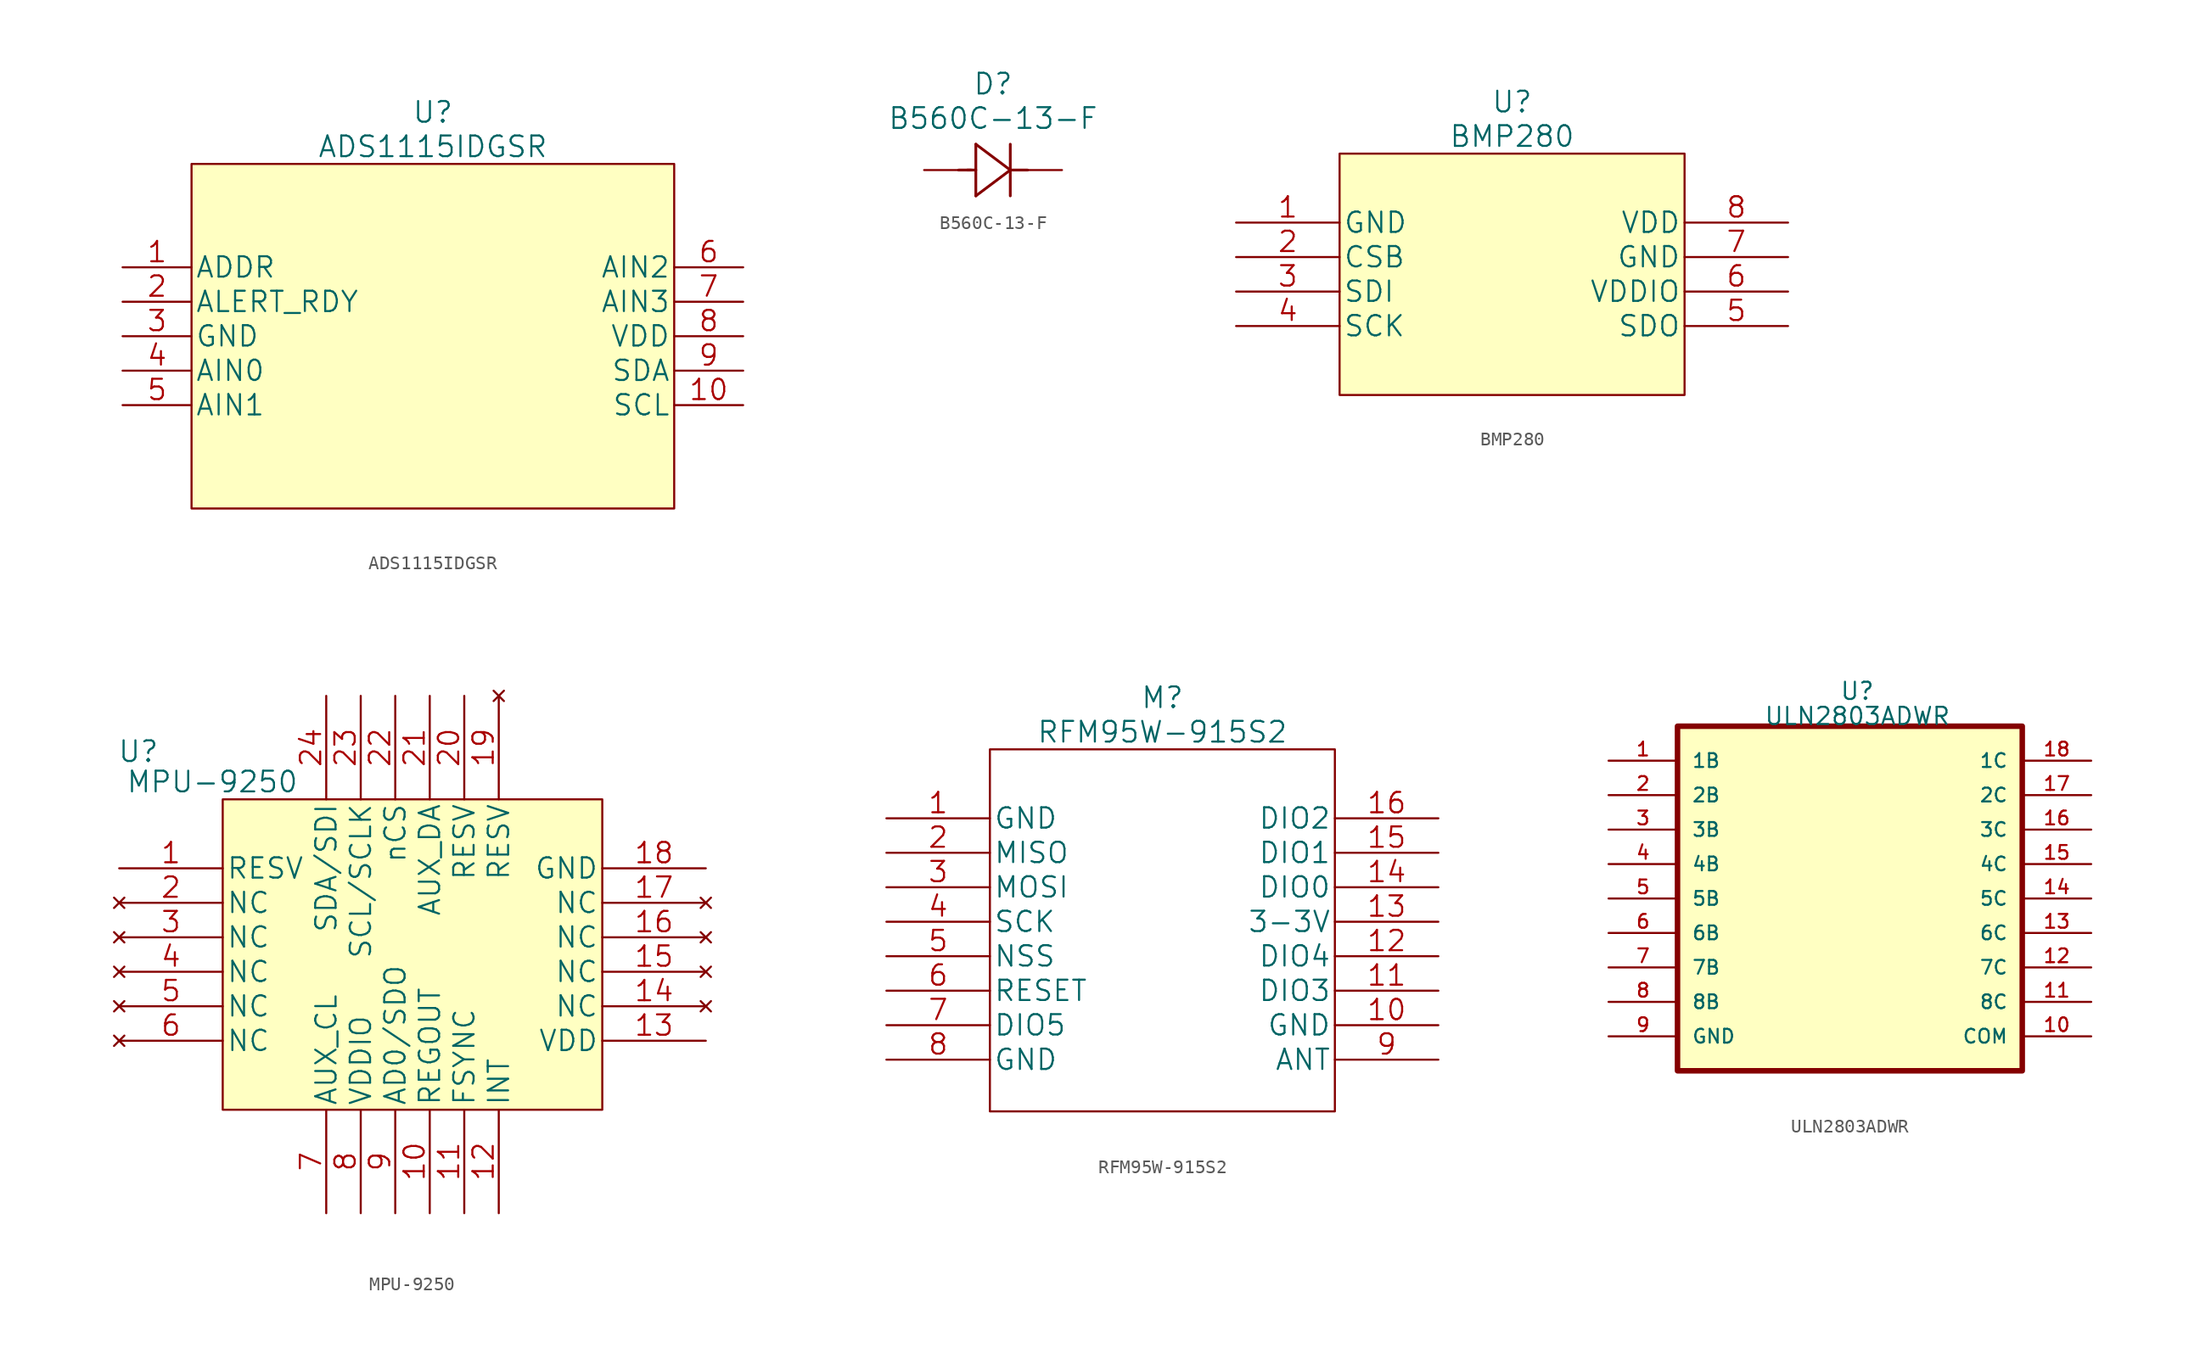
<source format=kicad_sym>
(kicad_symbol_lib
  (version 20211014)
  (generator kicad_symbol_editor)
  (symbol "ADS1115IDGSR"
    (pin_names
      (offset 0.254))
    (property "Reference" "U"
      (at 0 16.51 0)
      (effects (font (size 1.524 1.524))))
    (property "Value" "ADS1115IDGSR"
      (at 0 13.97 0)
      (effects (font (size 1.524 1.524))))
    (symbol "ADS1115IDGSR_0_1"
      (rectangle (start -17.78 12.7) (end 17.78 -12.7) (stroke (width 0) (type default) (color 0 0 0 0)) (fill (type background))))
    (symbol "ADS1115IDGSR_1_1"
      (pin input line (at -22.86 5.08 0) (length 5.08) (name "ADDR" (effects (font (size 1.499 1.499)))) (number "1" (effects (font (size 1.499 1.499)))))
      (pin input line (at 22.86 -5.08 180) (length 5.08) (name "SCL" (effects (font (size 1.499 1.499)))) (number "10" (effects (font (size 1.499 1.499)))))
      (pin output line (at -22.86 2.54 0) (length 5.08) (name "ALERT_RDY" (effects (font (size 1.499 1.499)))) (number "2" (effects (font (size 1.499 1.499)))))
      (pin power_in line (at -22.86 0 0) (length 5.08) (name "GND" (effects (font (size 1.499 1.499)))) (number "3" (effects (font (size 1.499 1.499)))))
      (pin input line (at -22.86 -2.54 0) (length 5.08) (name "AIN0" (effects (font (size 1.499 1.499)))) (number "4" (effects (font (size 1.499 1.499)))))
      (pin input line (at -22.86 -5.08 0) (length 5.08) (name "AIN1" (effects (font (size 1.499 1.499)))) (number "5" (effects (font (size 1.499 1.499)))))
      (pin input line (at 22.86 5.08 180) (length 5.08) (name "AIN2" (effects (font (size 1.499 1.499)))) (number "6" (effects (font (size 1.499 1.499)))))
      (pin input line (at 22.86 2.54 180) (length 5.08) (name "AIN3" (effects (font (size 1.499 1.499)))) (number "7" (effects (font (size 1.499 1.499)))))
      (pin power_in line (at 22.86 0 180) (length 5.08) (name "VDD" (effects (font (size 1.499 1.499)))) (number "8" (effects (font (size 1.499 1.499)))))
      (pin bidirectional line (at 22.86 -2.54 180) (length 5.08) (name "SDA" (effects (font (size 1.499 1.499)))) (number "9" (effects (font (size 1.499 1.499)))))))
  (symbol "B560C-13-F"
    (pin_numbers hide)
    (pin_names
      (offset -1.651) hide)
    (property "Reference" "D"
      (at 0 6.35 0)
      (effects (font (size 1.524 1.524))))
    (property "Value" "B560C-13-F"
      (at 0 3.81 0)
      (effects (font (size 1.524 1.524))))
    (symbol "B560C-13-F_1_1"
      (polyline (pts (xy -2.54 0) (xy -1.6 0)) (stroke (width 0.203) (type default) (color 0 0 0 0)) (fill (type none)))
      (polyline (pts (xy -1.905 0) (xy -1.27 0)) (stroke (width 0.203) (type default) (color 0 0 0 0)) (fill (type none)))
      (polyline (pts (xy -1.27 -1.905) (xy 1.27 0)) (stroke (width 0.203) (type default) (color 0 0 0 0)) (fill (type none)))
      (polyline (pts (xy -1.27 1.905) (xy -1.27 -1.905)) (stroke (width 0.203) (type default) (color 0 0 0 0)) (fill (type none)))
      (polyline (pts (xy 1.27 -1.905) (xy 1.27 1.905)) (stroke (width 0.203) (type default) (color 0 0 0 0)) (fill (type none)))
      (polyline (pts (xy 1.27 0) (xy -1.27 1.905)) (stroke (width 0.203) (type default) (color 0 0 0 0)) (fill (type none)))
      (polyline (pts (xy 1.27 0) (xy 2.54 0)) (stroke (width 0.203) (type default) (color 0 0 0 0)) (fill (type none)))
      (pin unspecified line (at 5.08 0 180) (length 2.54) (name "1" (effects (font (size 1.499 1.499)))) (number "1" (effects (font (size 1.499 1.499)))))
      (pin unspecified line (at -5.08 0 0) (length 2.54) (name "2" (effects (font (size 1.499 1.499)))) (number "2" (effects (font (size 1.499 1.499)))))))
  (symbol "BMP280"
    (pin_names
      (offset 0.254))
    (property "Reference" "U"
      (at 0 11.43 0)
      (effects (font (size 1.524 1.524))))
    (property "Value" "BMP280"
      (at 0 8.89 0)
      (effects (font (size 1.524 1.524))))
    (symbol "BMP280_1_1"
      (rectangle (start -12.7 7.62) (end 12.7 -10.16) (stroke (width 0) (type default) (color 0 0 0 0)) (fill (type background)))
      (pin power_in line (at -20.32 2.54 0) (length 7.62) (name "GND" (effects (font (size 1.499 1.499)))) (number "1" (effects (font (size 1.499 1.499)))))
      (pin input line (at -20.32 0 0) (length 7.62) (name "CSB" (effects (font (size 1.499 1.499)))) (number "2" (effects (font (size 1.499 1.499)))))
      (pin input line (at -20.32 -2.54 0) (length 7.62) (name "SDI" (effects (font (size 1.499 1.499)))) (number "3" (effects (font (size 1.499 1.499)))))
      (pin input line (at -20.32 -5.08 0) (length 7.62) (name "SCK" (effects (font (size 1.499 1.499)))) (number "4" (effects (font (size 1.499 1.499)))))
      (pin output line (at 20.32 -5.08 180) (length 7.62) (name "SDO" (effects (font (size 1.499 1.499)))) (number "5" (effects (font (size 1.499 1.499)))))
      (pin power_in line (at 20.32 -2.54 180) (length 7.62) (name "VDDIO" (effects (font (size 1.499 1.499)))) (number "6" (effects (font (size 1.499 1.499)))))
      (pin power_in line (at 20.32 0 180) (length 7.62) (name "GND" (effects (font (size 1.499 1.499)))) (number "7" (effects (font (size 1.499 1.499)))))
      (pin power_in line (at 20.32 2.54 180) (length 7.62) (name "VDD" (effects (font (size 1.499 1.499)))) (number "8" (effects (font (size 1.499 1.499)))))))
  (symbol "MPU-9250"
    (pin_names
      (offset 0.254))
    (property "Reference" "U"
      (at -18.908 16.222 0)
      (effects (font (size 1.524 1.524))))
    (property "Value" "MPU-9250"
      (at -13.463 13.984 0)
      (effects (font (size 1.524 1.524))))
    (symbol "MPU-9250_1_1"
      (rectangle (start -12.7 12.7) (end 15.24 -10.16) (stroke (width 0) (type default) (color 0 0 0 0)) (fill (type background)))
      (pin power_in line (at -20.32 7.62 0) (length 7.62) (name "RESV" (effects (font (size 1.499 1.499)))) (number "1" (effects (font (size 1.499 1.499)))))
      (pin unspecified line (at 2.54 -17.78 90) (length 7.62) (name "REGOUT" (effects (font (size 1.499 1.499)))) (number "10" (effects (font (size 1.499 1.499)))))
      (pin input line (at 5.08 -17.78 90) (length 7.62) (name "FSYNC" (effects (font (size 1.499 1.499)))) (number "11" (effects (font (size 1.499 1.499)))))
      (pin output line (at 7.62 -17.78 90) (length 7.62) (name "INT" (effects (font (size 1.499 1.499)))) (number "12" (effects (font (size 1.499 1.499)))))
      (pin power_in line (at 22.86 -5.08 180) (length 7.62) (name "VDD" (effects (font (size 1.499 1.499)))) (number "13" (effects (font (size 1.499 1.499)))))
      (pin no_connect line (at 22.86 -2.54 180) (length 7.62) (name "NC" (effects (font (size 1.499 1.499)))) (number "14" (effects (font (size 1.499 1.499)))))
      (pin no_connect line (at 22.86 0 180) (length 7.62) (name "NC" (effects (font (size 1.499 1.499)))) (number "15" (effects (font (size 1.499 1.499)))))
      (pin no_connect line (at 22.86 2.54 180) (length 7.62) (name "NC" (effects (font (size 1.499 1.499)))) (number "16" (effects (font (size 1.499 1.499)))))
      (pin no_connect line (at 22.86 5.08 180) (length 7.62) (name "NC" (effects (font (size 1.499 1.499)))) (number "17" (effects (font (size 1.499 1.499)))))
      (pin power_in line (at 22.86 7.62 180) (length 7.62) (name "GND" (effects (font (size 1.499 1.499)))) (number "18" (effects (font (size 1.499 1.499)))))
      (pin no_connect line (at 7.62 20.32 270) (length 7.62) (name "RESV" (effects (font (size 1.499 1.499)))) (number "19" (effects (font (size 1.499 1.499)))))
      (pin no_connect line (at -20.32 5.08 0) (length 7.62) (name "NC" (effects (font (size 1.499 1.499)))) (number "2" (effects (font (size 1.499 1.499)))))
      (pin power_in line (at 5.08 20.32 270) (length 7.62) (name "RESV" (effects (font (size 1.499 1.499)))) (number "20" (effects (font (size 1.499 1.499)))))
      (pin unspecified line (at 2.54 20.32 270) (length 7.62) (name "AUX_DA" (effects (font (size 1.499 1.499)))) (number "21" (effects (font (size 1.499 1.499)))))
      (pin unspecified line (at 0 20.32 270) (length 7.62) (name "nCS" (effects (font (size 1.499 1.499)))) (number "22" (effects (font (size 1.499 1.499)))))
      (pin unspecified line (at -2.54 20.32 270) (length 7.62) (name "SCL/SCLK" (effects (font (size 1.499 1.499)))) (number "23" (effects (font (size 1.499 1.499)))))
      (pin unspecified line (at -5.08 20.32 270) (length 7.62) (name "SDA/SDI" (effects (font (size 1.499 1.499)))) (number "24" (effects (font (size 1.499 1.499)))))
      (pin no_connect line (at -20.32 2.54 0) (length 7.62) (name "NC" (effects (font (size 1.499 1.499)))) (number "3" (effects (font (size 1.499 1.499)))))
      (pin no_connect line (at -20.32 0 0) (length 7.62) (name "NC" (effects (font (size 1.499 1.499)))) (number "4" (effects (font (size 1.499 1.499)))))
      (pin no_connect line (at -20.32 -2.54 0) (length 7.62) (name "NC" (effects (font (size 1.499 1.499)))) (number "5" (effects (font (size 1.499 1.499)))))
      (pin no_connect line (at -20.32 -5.08 0) (length 7.62) (name "NC" (effects (font (size 1.499 1.499)))) (number "6" (effects (font (size 1.499 1.499)))))
      (pin unspecified line (at -5.08 -17.78 90) (length 7.62) (name "AUX_CL" (effects (font (size 1.499 1.499)))) (number "7" (effects (font (size 1.499 1.499)))))
      (pin power_in line (at -2.54 -17.78 90) (length 7.62) (name "VDDIO" (effects (font (size 1.499 1.499)))) (number "8" (effects (font (size 1.499 1.499)))))
      (pin bidirectional line (at 0 -17.78 90) (length 7.62) (name "AD0/SDO" (effects (font (size 1.499 1.499)))) (number "9" (effects (font (size 1.499 1.499)))))))
  (symbol "RFM95W-915S2"
    (pin_names
      (offset 0.254))
    (property "Reference" "M"
      (at 0 16.51 0)
      (effects (font (size 1.524 1.524))))
    (property "Value" "RFM95W-915S2"
      (at 0 13.97 0)
      (effects (font (size 1.524 1.524))))
    (symbol "RFM95W-915S2_1_1"
      (rectangle (start -12.7 12.7) (end 12.7 -13.97) (stroke (width 0) (type default) (color 0 0 0 0)) (fill (type none)))
      (pin power_in line (at -20.32 7.62 0) (length 7.62) (name "GND" (effects (font (size 1.499 1.499)))) (number "1" (effects (font (size 1.499 1.499)))))
      (pin power_in line (at 20.32 -7.62 180) (length 7.62) (name "GND" (effects (font (size 1.499 1.499)))) (number "10" (effects (font (size 1.499 1.499)))))
      (pin bidirectional line (at 20.32 -5.08 180) (length 7.62) (name "DIO3" (effects (font (size 1.499 1.499)))) (number "11" (effects (font (size 1.499 1.499)))))
      (pin bidirectional line (at 20.32 -2.54 180) (length 7.62) (name "DIO4" (effects (font (size 1.499 1.499)))) (number "12" (effects (font (size 1.499 1.499)))))
      (pin unspecified line (at 20.32 0 180) (length 7.62) (name "3-3V" (effects (font (size 1.499 1.499)))) (number "13" (effects (font (size 1.499 1.499)))))
      (pin bidirectional line (at 20.32 2.54 180) (length 7.62) (name "DIO0" (effects (font (size 1.499 1.499)))) (number "14" (effects (font (size 1.499 1.499)))))
      (pin bidirectional line (at 20.32 5.08 180) (length 7.62) (name "DIO1" (effects (font (size 1.499 1.499)))) (number "15" (effects (font (size 1.499 1.499)))))
      (pin bidirectional line (at 20.32 7.62 180) (length 7.62) (name "DIO2" (effects (font (size 1.499 1.499)))) (number "16" (effects (font (size 1.499 1.499)))))
      (pin unspecified line (at -20.32 5.08 0) (length 7.62) (name "MISO" (effects (font (size 1.499 1.499)))) (number "2" (effects (font (size 1.499 1.499)))))
      (pin unspecified line (at -20.32 2.54 0) (length 7.62) (name "MOSI" (effects (font (size 1.499 1.499)))) (number "3" (effects (font (size 1.499 1.499)))))
      (pin unspecified line (at -20.32 0 0) (length 7.62) (name "SCK" (effects (font (size 1.499 1.499)))) (number "4" (effects (font (size 1.499 1.499)))))
      (pin unspecified line (at -20.32 -2.54 0) (length 7.62) (name "NSS" (effects (font (size 1.499 1.499)))) (number "5" (effects (font (size 1.499 1.499)))))
      (pin unspecified line (at -20.32 -5.08 0) (length 7.62) (name "RESET" (effects (font (size 1.499 1.499)))) (number "6" (effects (font (size 1.499 1.499)))))
      (pin bidirectional line (at -20.32 -7.62 0) (length 7.62) (name "DIO5" (effects (font (size 1.499 1.499)))) (number "7" (effects (font (size 1.499 1.499)))))
      (pin power_in line (at -20.32 -10.16 0) (length 7.62) (name "GND" (effects (font (size 1.499 1.499)))) (number "8" (effects (font (size 1.499 1.499)))))
      (pin unspecified line (at 20.32 -10.16 180) (length 7.62) (name "ANT" (effects (font (size 1.499 1.499)))) (number "9" (effects (font (size 1.499 1.499)))))))
  (symbol "ULN2803ADWR"
    (pin_names
      (offset 1.016))
    (property "Reference" "U"
      (at -0.764 14.547 0)
      (effects (font (size 1.27 1.27)) (justify left bottom)))
    (property "Value" "ULN2803ADWR"
      (at -6.35 12.7 0)
      (effects (font (size 1.27 1.27)) (justify left bottom)))
    (symbol "ULN2803ADWR_0_0"
      (rectangle (start -12.7 12.7) (end 12.7 -12.7) (stroke (width 0.406) (type default) (color 0 0 0 0)) (fill (type background)))
      (pin input line (at -17.78 10.16 0) (length 5.08) (name "1B" (effects (font (size 1.016 1.016)))) (number "1" (effects (font (size 1.016 1.016)))))
      (pin bidirectional line (at 17.78 -10.16 180) (length 5.08) (name "COM" (effects (font (size 1.016 1.016)))) (number "10" (effects (font (size 1.016 1.016)))))
      (pin output line (at 17.78 -7.62 180) (length 5.08) (name "8C" (effects (font (size 1.016 1.016)))) (number "11" (effects (font (size 1.016 1.016)))))
      (pin output line (at 17.78 -5.08 180) (length 5.08) (name "7C" (effects (font (size 1.016 1.016)))) (number "12" (effects (font (size 1.016 1.016)))))
      (pin output line (at 17.78 -2.54 180) (length 5.08) (name "6C" (effects (font (size 1.016 1.016)))) (number "13" (effects (font (size 1.016 1.016)))))
      (pin output line (at 17.78 0 180) (length 5.08) (name "5C" (effects (font (size 1.016 1.016)))) (number "14" (effects (font (size 1.016 1.016)))))
      (pin output line (at 17.78 2.54 180) (length 5.08) (name "4C" (effects (font (size 1.016 1.016)))) (number "15" (effects (font (size 1.016 1.016)))))
      (pin output line (at 17.78 5.08 180) (length 5.08) (name "3C" (effects (font (size 1.016 1.016)))) (number "16" (effects (font (size 1.016 1.016)))))
      (pin output line (at 17.78 7.62 180) (length 5.08) (name "2C" (effects (font (size 1.016 1.016)))) (number "17" (effects (font (size 1.016 1.016)))))
      (pin output line (at 17.78 10.16 180) (length 5.08) (name "1C" (effects (font (size 1.016 1.016)))) (number "18" (effects (font (size 1.016 1.016)))))
      (pin input line (at -17.78 7.62 0) (length 5.08) (name "2B" (effects (font (size 1.016 1.016)))) (number "2" (effects (font (size 1.016 1.016)))))
      (pin input line (at -17.78 5.08 0) (length 5.08) (name "3B" (effects (font (size 1.016 1.016)))) (number "3" (effects (font (size 1.016 1.016)))))
      (pin input line (at -17.78 2.54 0) (length 5.08) (name "4B" (effects (font (size 1.016 1.016)))) (number "4" (effects (font (size 1.016 1.016)))))
      (pin input line (at -17.78 0 0) (length 5.08) (name "5B" (effects (font (size 1.016 1.016)))) (number "5" (effects (font (size 1.016 1.016)))))
      (pin input line (at -17.78 -2.54 0) (length 5.08) (name "6B" (effects (font (size 1.016 1.016)))) (number "6" (effects (font (size 1.016 1.016)))))
      (pin input line (at -17.78 -5.08 0) (length 5.08) (name "7B" (effects (font (size 1.016 1.016)))) (number "7" (effects (font (size 1.016 1.016)))))
      (pin input line (at -17.78 -7.62 0) (length 5.08) (name "8B" (effects (font (size 1.016 1.016)))) (number "8" (effects (font (size 1.016 1.016)))))
      (pin power_in line (at -17.78 -10.16 0) (length 5.08) (name "GND" (effects (font (size 1.016 1.016)))) (number "9" (effects (font (size 1.016 1.016))))))))
</source>
